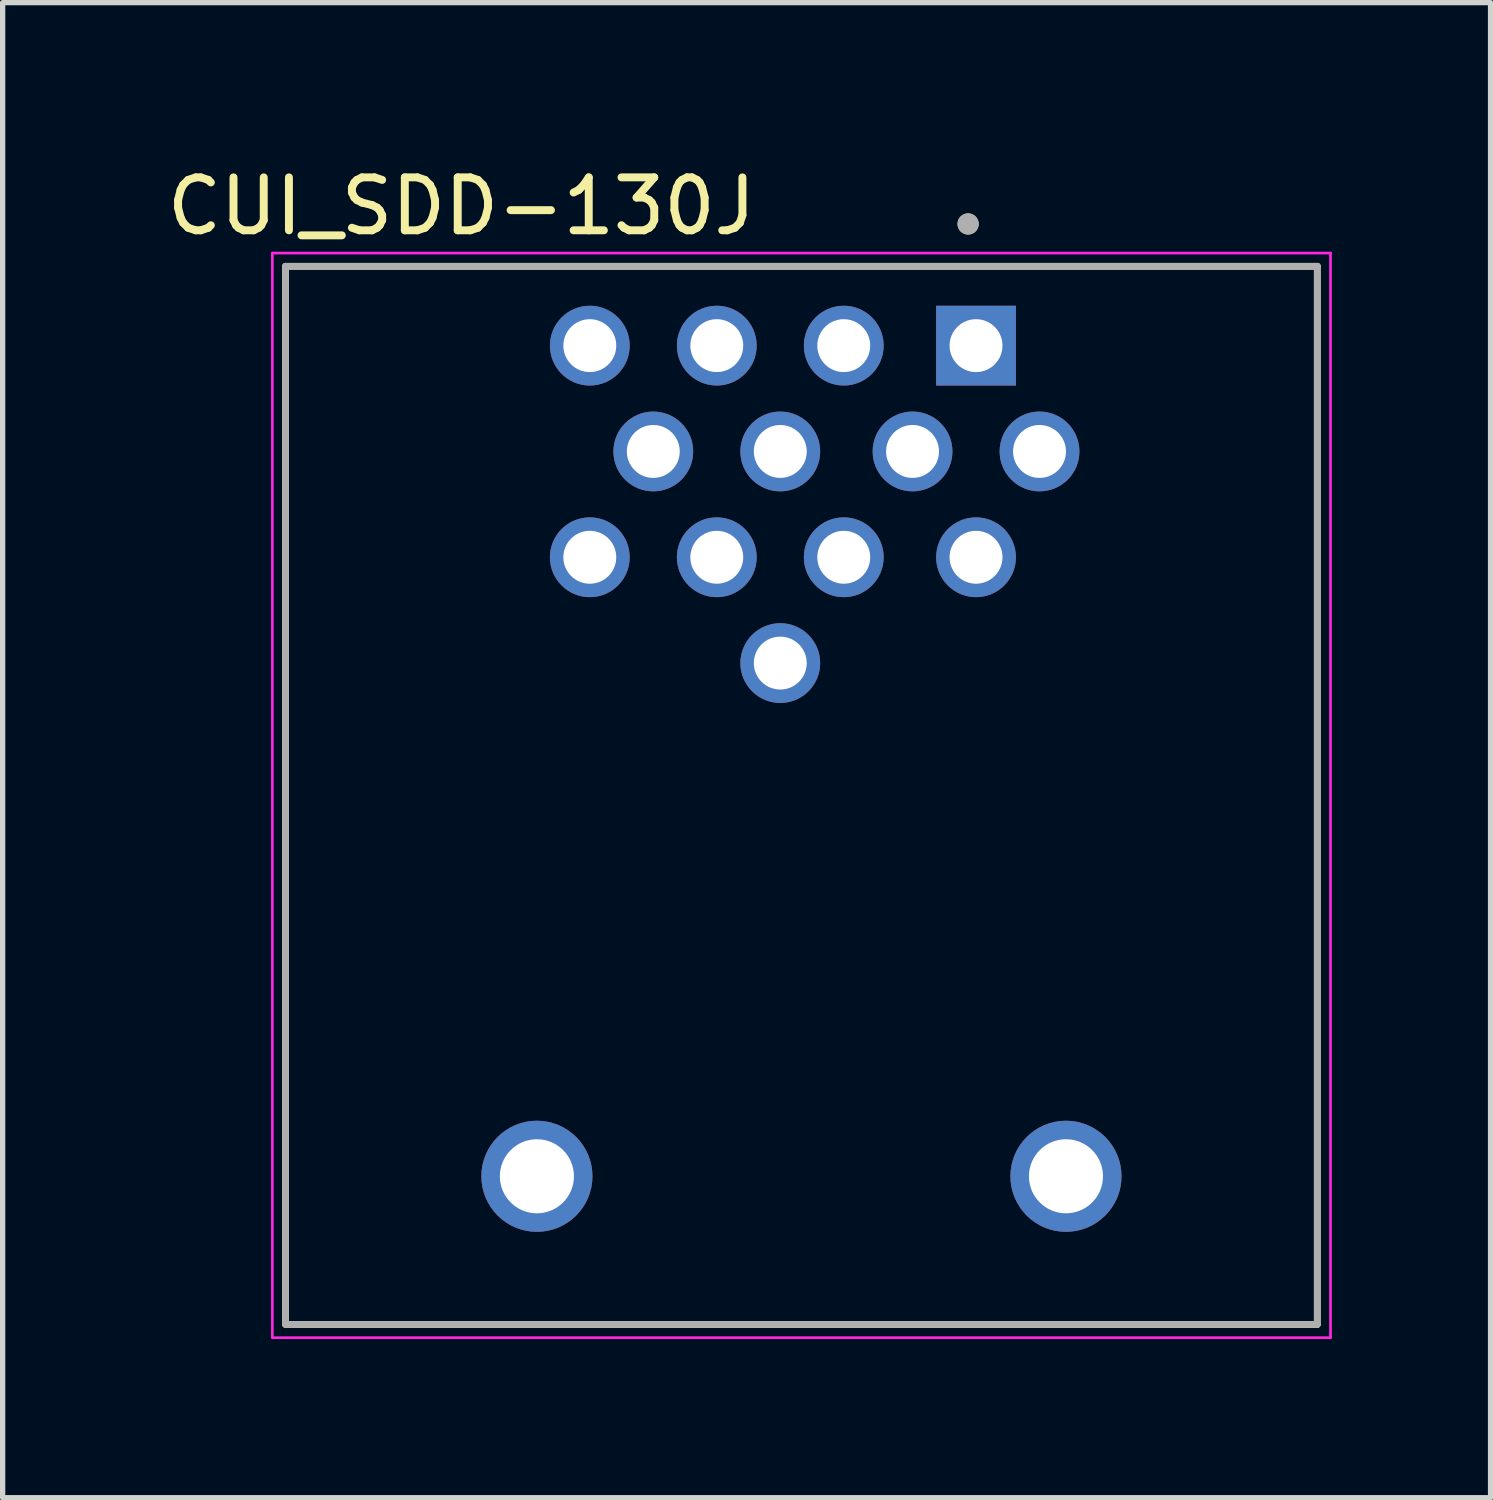
<source format=kicad_pcb>
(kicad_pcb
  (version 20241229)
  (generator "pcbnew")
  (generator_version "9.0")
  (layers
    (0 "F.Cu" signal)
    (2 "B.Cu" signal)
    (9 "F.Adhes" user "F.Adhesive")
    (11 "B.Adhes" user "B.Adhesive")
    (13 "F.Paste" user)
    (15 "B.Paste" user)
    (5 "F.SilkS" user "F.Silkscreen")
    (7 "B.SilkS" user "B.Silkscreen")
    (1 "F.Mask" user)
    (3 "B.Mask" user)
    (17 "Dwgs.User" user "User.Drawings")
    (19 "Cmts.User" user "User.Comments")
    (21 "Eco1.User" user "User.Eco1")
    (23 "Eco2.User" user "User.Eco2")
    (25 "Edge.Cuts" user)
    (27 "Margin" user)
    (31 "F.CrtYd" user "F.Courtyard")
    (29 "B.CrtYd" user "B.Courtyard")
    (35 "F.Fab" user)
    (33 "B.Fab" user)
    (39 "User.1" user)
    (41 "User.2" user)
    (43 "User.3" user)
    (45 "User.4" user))
  (footprint "CUI_SDD-130J"
    (layer "F.Cu")
    (at 12.098 19.183)
    (property "Reference" "CUI_SDD-130J" (at -6.425 -18.335 0) (layer "F.SilkS") (effects (font (size 1 1) (thickness 0.15))))
    (attr through_hole)
    (fp_line (start -9.75 -17.2) (end 9.75 -17.2) (stroke (width 0.127) (type solid)) (layer "F.SilkS"))
    (fp_line (start -9.75 2.8) (end -9.75 -17.2) (stroke (width 0.127) (type solid)) (layer "F.SilkS"))
    (fp_line (start 9.75 -17.2) (end 9.75 2.8) (stroke (width 0.127) (type solid)) (layer "F.SilkS"))
    (fp_line (start 9.75 2.8) (end -9.75 2.8) (stroke (width 0.127) (type solid)) (layer "F.SilkS"))
    (fp_circle (center 3.15 -18) (end 3.25 -18) (stroke (width 0.2) (type solid)) (fill no) (layer "F.SilkS"))
    (fp_line (start -10 -17.45) (end -10 3.05) (stroke (width 0.05) (type solid)) (layer "F.CrtYd"))
    (fp_line (start -10 3.05) (end 10 3.05) (stroke (width 0.05) (type solid)) (layer "F.CrtYd"))
    (fp_line (start 10 -17.45) (end -10 -17.45) (stroke (width 0.05) (type solid)) (layer "F.CrtYd"))
    (fp_line (start 10 3.05) (end 10 -17.45) (stroke (width 0.05) (type solid)) (layer "F.CrtYd"))
    (fp_line (start -9.75 -17.2) (end 9.75 -17.2) (stroke (width 0.127) (type solid)) (layer "F.Fab"))
    (fp_line (start -9.75 2.8) (end -9.75 -17.2) (stroke (width 0.127) (type solid)) (layer "F.Fab"))
    (fp_line (start 9.75 -17.2) (end 9.75 2.8) (stroke (width 0.127) (type solid)) (layer "F.Fab"))
    (fp_line (start 9.75 2.8) (end -9.75 2.8) (stroke (width 0.127) (type solid)) (layer "F.Fab"))
    (fp_circle (center 3.15 -18) (end 3.25 -18) (stroke (width 0.2) (type solid)) (fill no) (layer "F.Fab"))
    (pad "1" thru_hole rect (at 3.3 -15.7) (size 1.508 1.508) (drill 1) (layers "*.Cu" "*.Mask"))
    (pad "2" thru_hole circle (at 0.8 -15.7) (size 1.508 1.508) (drill 1) (layers "*.Cu" "*.Mask"))
    (pad "3" thru_hole circle (at -1.6 -15.7) (size 1.508 1.508) (drill 1) (layers "*.Cu" "*.Mask"))
    (pad "4" thru_hole circle (at -4 -15.7) (size 1.508 1.508) (drill 1) (layers "*.Cu" "*.Mask"))
    (pad "5" thru_hole circle (at 4.5 -13.7) (size 1.508 1.508) (drill 1) (layers "*.Cu" "*.Mask"))
    (pad "6" thru_hole circle (at 2.1 -13.7) (size 1.508 1.508) (drill 1) (layers "*.Cu" "*.Mask"))
    (pad "7" thru_hole circle (at -0.4 -13.7) (size 1.508 1.508) (drill 1) (layers "*.Cu" "*.Mask"))
    (pad "8" thru_hole circle (at -2.8 -13.7) (size 1.508 1.508) (drill 1) (layers "*.Cu" "*.Mask"))
    (pad "9" thru_hole circle (at 3.3 -11.7) (size 1.508 1.508) (drill 1) (layers "*.Cu" "*.Mask"))
    (pad "10" thru_hole circle (at 0.8 -11.7) (size 1.508 1.508) (drill 1) (layers "*.Cu" "*.Mask"))
    (pad "11" thru_hole circle (at -1.6 -11.7) (size 1.508 1.508) (drill 1) (layers "*.Cu" "*.Mask"))
    (pad "12" thru_hole circle (at -4 -11.7) (size 1.508 1.508) (drill 1) (layers "*.Cu" "*.Mask"))
    (pad "13" thru_hole circle (at -0.4 -9.7) (size 1.508 1.508) (drill 1) (layers "*.Cu" "*.Mask"))
    (pad "E1" thru_hole circle (at -5 0) (size 2.1 2.1) (drill 1.4) (layers "*.Cu" "*.Mask"))
    (pad "E2" thru_hole circle (at 5 0) (size 2.1 2.1) (drill 1.4) (layers "*.Cu" "*.Mask")))
  (gr_rect
    (start -3 -3)
    (end 25.123 25.258)
    (stroke (width 0.1) (type default))
    (fill no)
    (layer "Edge.Cuts")))
</source>
